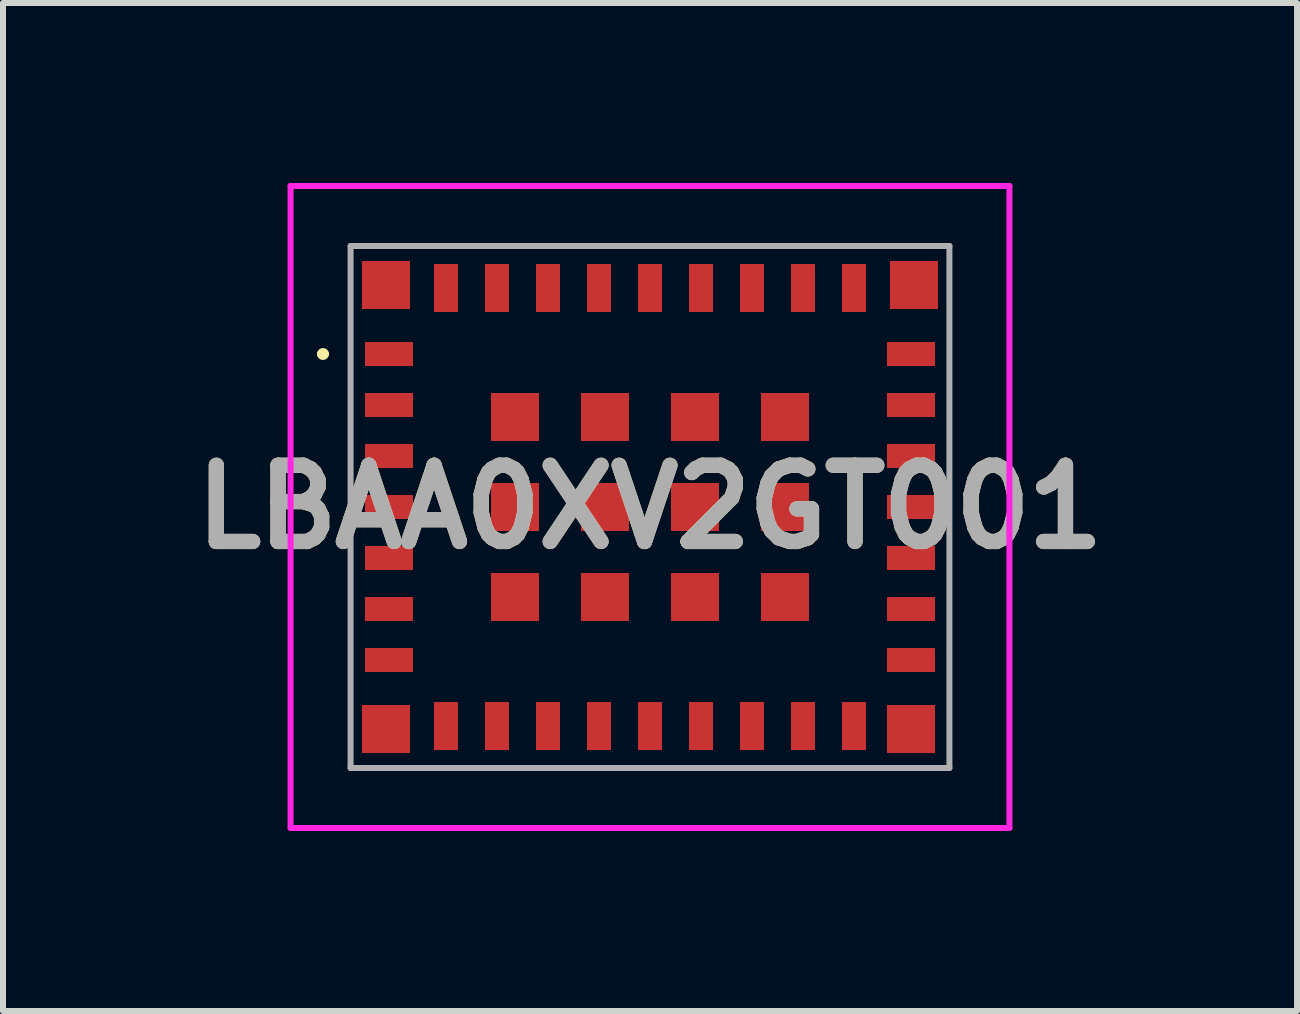
<source format=kicad_pcb>
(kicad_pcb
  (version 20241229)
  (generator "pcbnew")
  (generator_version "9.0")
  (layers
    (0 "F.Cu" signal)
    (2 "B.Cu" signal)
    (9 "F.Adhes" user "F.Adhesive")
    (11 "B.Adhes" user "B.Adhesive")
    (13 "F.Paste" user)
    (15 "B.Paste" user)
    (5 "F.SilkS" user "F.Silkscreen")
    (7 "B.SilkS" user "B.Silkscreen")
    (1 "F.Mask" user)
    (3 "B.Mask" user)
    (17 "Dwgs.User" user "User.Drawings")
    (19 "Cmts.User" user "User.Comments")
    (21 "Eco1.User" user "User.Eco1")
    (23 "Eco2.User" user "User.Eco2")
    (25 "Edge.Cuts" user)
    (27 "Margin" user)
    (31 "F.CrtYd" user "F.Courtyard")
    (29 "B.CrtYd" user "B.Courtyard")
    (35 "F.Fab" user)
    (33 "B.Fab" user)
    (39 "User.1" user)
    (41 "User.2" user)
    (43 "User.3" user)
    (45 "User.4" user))
  (footprint "LBAA0XV2GT001"
    (layer "F.Cu")
    (at 7.783 5.4)
    (property "Reference" "LBAA0XV2GT001" (at 0 0 0) (layer "F.SilkS") (effects (font (size 1.27 1.27) (thickness 0.254))))
    (attr smd)
    (fp_line (start -5.5 -2.55) (end -5.5 -2.55) (stroke (width 0.1) (type solid)) (layer "F.SilkS"))
    (fp_line (start -5.4 -2.55) (end -5.4 -2.55) (stroke (width 0.1) (type solid)) (layer "F.SilkS"))
    (fp_arc (start -5.5 -2.55) (mid -5.45 -2.6) (end -5.4 -2.55) (stroke (width 0.1) (type solid)) (layer "F.SilkS"))
    (fp_arc (start -5.4 -2.55) (mid -5.45 -2.5) (end -5.5 -2.55) (stroke (width 0.1) (type solid)) (layer "F.SilkS"))
    (fp_line (start -5.99 -5.35) (end 5.99 -5.35) (stroke (width 0.1) (type solid)) (layer "F.CrtYd"))
    (fp_line (start -5.99 5.35) (end -5.99 -5.35) (stroke (width 0.1) (type solid)) (layer "F.CrtYd"))
    (fp_line (start 5.99 -5.35) (end 5.99 5.35) (stroke (width 0.1) (type solid)) (layer "F.CrtYd"))
    (fp_line (start 5.99 5.35) (end -5.99 5.35) (stroke (width 0.1) (type solid)) (layer "F.CrtYd"))
    (fp_line (start -4.99 -4.35) (end -4.99 4.35) (stroke (width 0.1) (type solid)) (layer "F.Fab"))
    (fp_line (start -4.99 4.35) (end 4.99 4.35) (stroke (width 0.1) (type solid)) (layer "F.Fab"))
    (fp_line (start 4.99 -4.35) (end -4.99 -4.35) (stroke (width 0.1) (type solid)) (layer "F.Fab"))
    (fp_line (start 4.99 4.35) (end 4.99 -4.35) (stroke (width 0.1) (type solid)) (layer "F.Fab"))
    (fp_text user "${REFERENCE}" (at 0 0 0) (layer "F.Fab") (effects (font (size 1.27 1.27) (thickness 0.254))))
    (pad "1" smd rect (at -4.35 -2.55 90) (size 0.4 0.8) (layers "F.Cu" "F.Mask" "F.Paste"))
    (pad "2" smd rect (at -4.35 -1.7 90) (size 0.4 0.8) (layers "F.Cu" "F.Mask" "F.Paste"))
    (pad "3" smd rect (at -4.35 -0.85 90) (size 0.4 0.8) (layers "F.Cu" "F.Mask" "F.Paste"))
    (pad "4" smd rect (at -4.35 0 90) (size 0.4 0.8) (layers "F.Cu" "F.Mask" "F.Paste"))
    (pad "5" smd rect (at -4.35 0.85 90) (size 0.4 0.8) (layers "F.Cu" "F.Mask" "F.Paste"))
    (pad "6" smd rect (at -4.35 1.7 90) (size 0.4 0.8) (layers "F.Cu" "F.Mask" "F.Paste"))
    (pad "7" smd rect (at -4.35 2.55 90) (size 0.4 0.8) (layers "F.Cu" "F.Mask" "F.Paste"))
    (pad "8" smd rect (at -4.4 3.7 90) (size 0.8 0.8) (layers "F.Cu" "F.Mask" "F.Paste"))
    (pad "9" smd rect (at -3.4 3.65) (size 0.4 0.8) (layers "F.Cu" "F.Mask" "F.Paste"))
    (pad "10" smd rect (at -2.55 3.65) (size 0.4 0.8) (layers "F.Cu" "F.Mask" "F.Paste"))
    (pad "11" smd rect (at -1.7 3.65) (size 0.4 0.8) (layers "F.Cu" "F.Mask" "F.Paste"))
    (pad "12" smd rect (at -0.85 3.65) (size 0.4 0.8) (layers "F.Cu" "F.Mask" "F.Paste"))
    (pad "13" smd rect (at 0 3.65) (size 0.4 0.8) (layers "F.Cu" "F.Mask" "F.Paste"))
    (pad "14" smd rect (at 0.85 3.65) (size 0.4 0.8) (layers "F.Cu" "F.Mask" "F.Paste"))
    (pad "15" smd rect (at 1.7 3.65) (size 0.4 0.8) (layers "F.Cu" "F.Mask" "F.Paste"))
    (pad "16" smd rect (at 2.55 3.65) (size 0.4 0.8) (layers "F.Cu" "F.Mask" "F.Paste"))
    (pad "17" smd rect (at 3.4 3.65) (size 0.4 0.8) (layers "F.Cu" "F.Mask" "F.Paste"))
    (pad "18" smd rect (at 4.35 3.7 90) (size 0.8 0.8) (layers "F.Cu" "F.Mask" "F.Paste"))
    (pad "19" smd rect (at 4.35 2.55 90) (size 0.4 0.8) (layers "F.Cu" "F.Mask" "F.Paste"))
    (pad "20" smd rect (at 4.35 1.7 90) (size 0.4 0.8) (layers "F.Cu" "F.Mask" "F.Paste"))
    (pad "21" smd rect (at 4.35 0.85 90) (size 0.4 0.8) (layers "F.Cu" "F.Mask" "F.Paste"))
    (pad "22" smd rect (at 4.35 0 90) (size 0.4 0.8) (layers "F.Cu" "F.Mask" "F.Paste"))
    (pad "23" smd rect (at 4.35 -0.85 90) (size 0.4 0.8) (layers "F.Cu" "F.Mask" "F.Paste"))
    (pad "24" smd rect (at 4.35 -1.7 90) (size 0.4 0.8) (layers "F.Cu" "F.Mask" "F.Paste"))
    (pad "25" smd rect (at 4.35 -2.55 90) (size 0.4 0.8) (layers "F.Cu" "F.Mask" "F.Paste"))
    (pad "26" smd rect (at 4.4 -3.7 90) (size 0.8 0.8) (layers "F.Cu" "F.Mask" "F.Paste"))
    (pad "27" smd rect (at 3.4 -3.65) (size 0.4 0.8) (layers "F.Cu" "F.Mask" "F.Paste"))
    (pad "28" smd rect (at 2.55 -3.65) (size 0.4 0.8) (layers "F.Cu" "F.Mask" "F.Paste"))
    (pad "29" smd rect (at 1.7 -3.65) (size 0.4 0.8) (layers "F.Cu" "F.Mask" "F.Paste"))
    (pad "30" smd rect (at 0.85 -3.65) (size 0.4 0.8) (layers "F.Cu" "F.Mask" "F.Paste"))
    (pad "31" smd rect (at 0 -3.65) (size 0.4 0.8) (layers "F.Cu" "F.Mask" "F.Paste"))
    (pad "32" smd rect (at -0.85 -3.65) (size 0.4 0.8) (layers "F.Cu" "F.Mask" "F.Paste"))
    (pad "33" smd rect (at -1.7 -3.65) (size 0.4 0.8) (layers "F.Cu" "F.Mask" "F.Paste"))
    (pad "34" smd rect (at -2.55 -3.65) (size 0.4 0.8) (layers "F.Cu" "F.Mask" "F.Paste"))
    (pad "35" smd rect (at -3.4 -3.65) (size 0.4 0.8) (layers "F.Cu" "F.Mask" "F.Paste"))
    (pad "36" smd rect (at -4.4 -3.7 90) (size 0.8 0.8) (layers "F.Cu" "F.Mask" "F.Paste"))
    (pad "37" smd rect (at -2.25 -1.5 90) (size 0.8 0.8) (layers "F.Cu" "F.Mask" "F.Paste"))
    (pad "38" smd rect (at -2.25 0 90) (size 0.8 0.8) (layers "F.Cu" "F.Mask" "F.Paste"))
    (pad "39" smd rect (at -2.25 1.5 90) (size 0.8 0.8) (layers "F.Cu" "F.Mask" "F.Paste"))
    (pad "40" smd rect (at -0.75 -1.5 90) (size 0.8 0.8) (layers "F.Cu" "F.Mask" "F.Paste"))
    (pad "41" smd rect (at -0.75 0 90) (size 0.8 0.8) (layers "F.Cu" "F.Mask" "F.Paste"))
    (pad "42" smd rect (at -0.75 1.5 90) (size 0.8 0.8) (layers "F.Cu" "F.Mask" "F.Paste"))
    (pad "43" smd rect (at 0.75 -1.5 90) (size 0.8 0.8) (layers "F.Cu" "F.Mask" "F.Paste"))
    (pad "44" smd rect (at 0.75 0 90) (size 0.8 0.8) (layers "F.Cu" "F.Mask" "F.Paste"))
    (pad "45" smd rect (at 0.75 1.5 90) (size 0.8 0.8) (layers "F.Cu" "F.Mask" "F.Paste"))
    (pad "46" smd rect (at 2.25 -1.5 90) (size 0.8 0.8) (layers "F.Cu" "F.Mask" "F.Paste"))
    (pad "47" smd rect (at 2.25 0 90) (size 0.8 0.8) (layers "F.Cu" "F.Mask" "F.Paste"))
    (pad "48" smd rect (at 2.25 1.5 90) (size 0.8 0.8) (layers "F.Cu" "F.Mask" "F.Paste")))
  (gr_rect
    (start -3 -3)
    (end 18.567 13.8)
    (stroke (width 0.1) (type default))
    (fill no)
    (layer "Edge.Cuts")))
</source>
